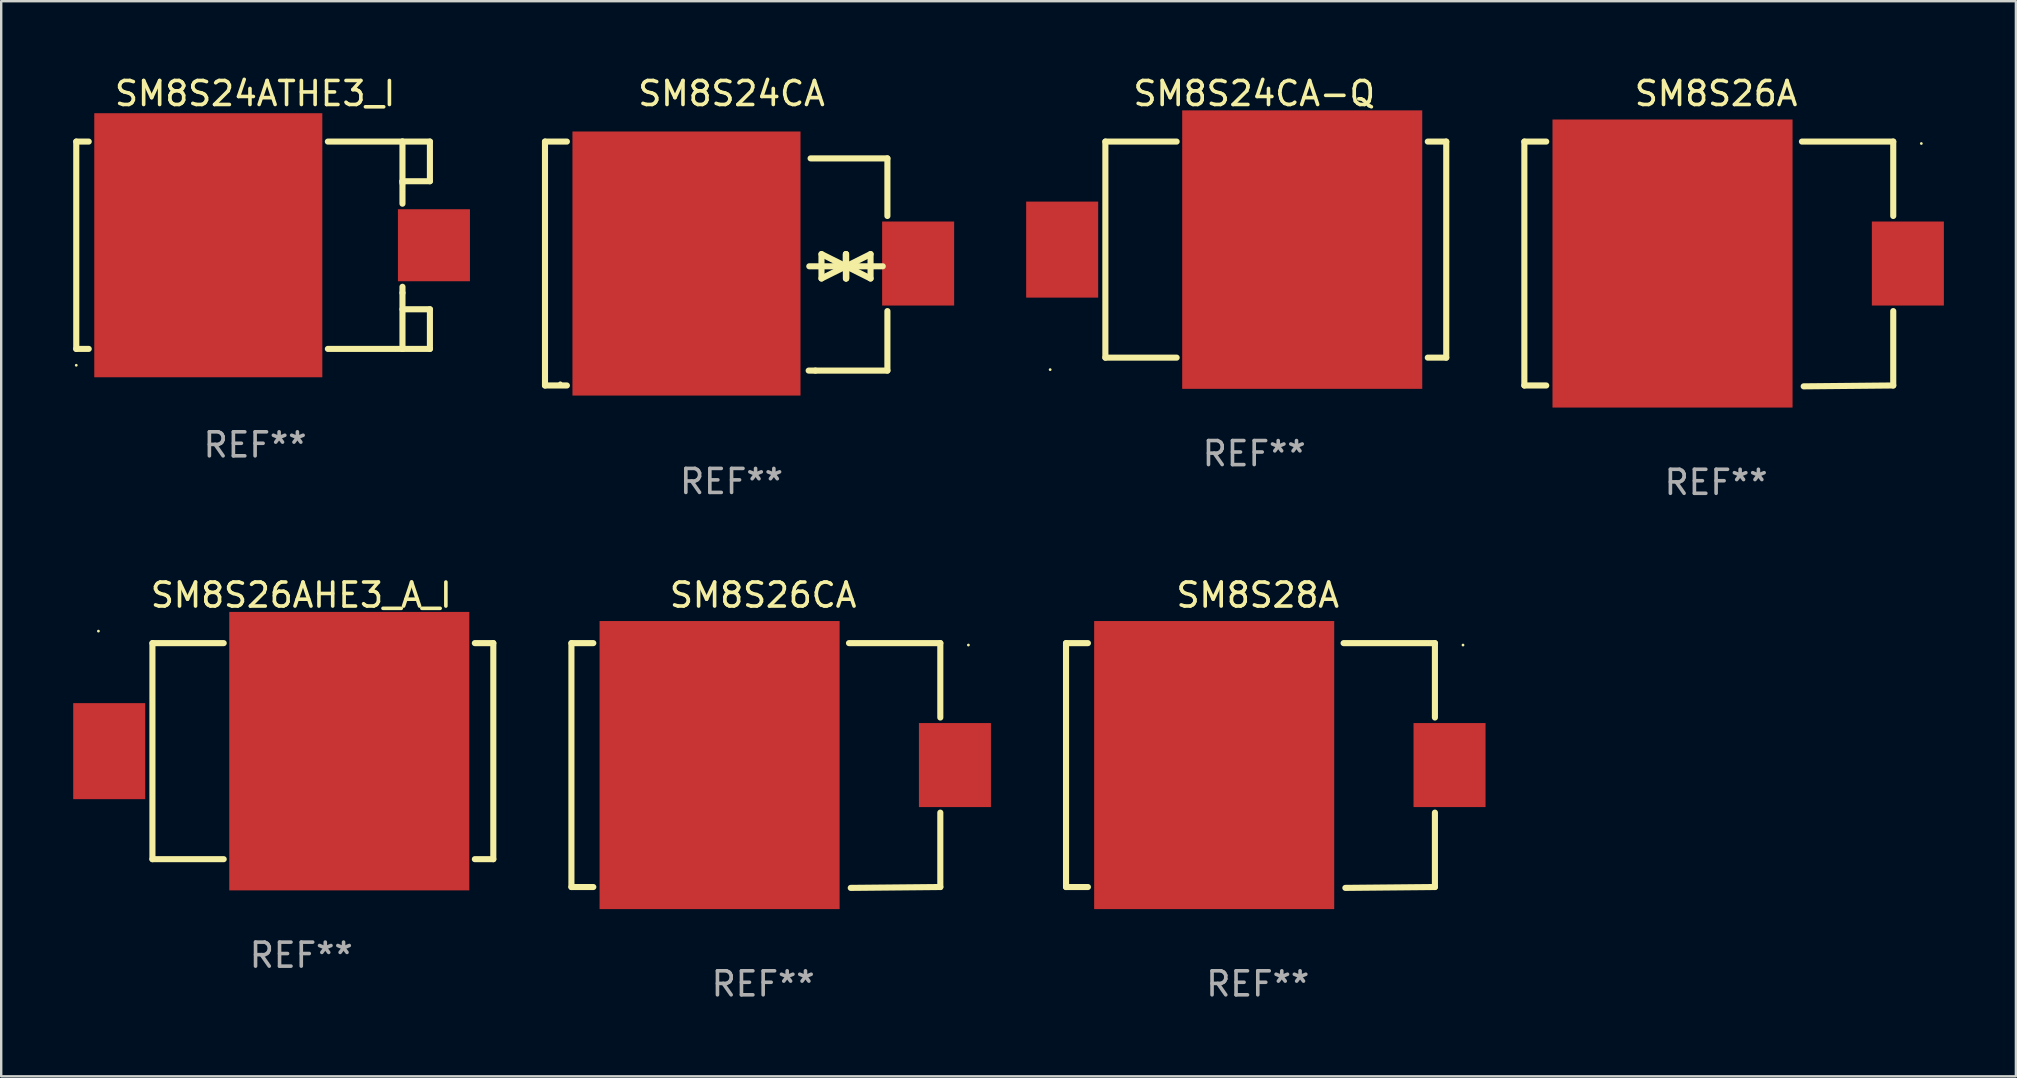
<source format=kicad_pcb>
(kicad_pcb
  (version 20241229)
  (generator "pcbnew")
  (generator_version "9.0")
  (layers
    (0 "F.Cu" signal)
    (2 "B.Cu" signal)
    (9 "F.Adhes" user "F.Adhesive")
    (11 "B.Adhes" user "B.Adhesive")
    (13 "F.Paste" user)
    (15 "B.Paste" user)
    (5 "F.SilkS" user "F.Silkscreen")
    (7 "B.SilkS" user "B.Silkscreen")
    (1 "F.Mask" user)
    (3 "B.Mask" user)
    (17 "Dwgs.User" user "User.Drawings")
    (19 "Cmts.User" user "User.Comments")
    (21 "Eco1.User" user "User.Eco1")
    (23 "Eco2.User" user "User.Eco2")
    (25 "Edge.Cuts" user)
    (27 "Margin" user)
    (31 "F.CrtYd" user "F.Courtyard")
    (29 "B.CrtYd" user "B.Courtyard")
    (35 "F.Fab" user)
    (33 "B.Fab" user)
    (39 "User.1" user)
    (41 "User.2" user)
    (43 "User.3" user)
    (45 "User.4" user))
  (footprint "SM8S24ATHE3_I"
    (layer "F.Cu")
    (at 7.577 7.166)
    (property "Reference" "SM8S24ATHE3_I" (at 0 -6.318 0) (layer "F.SilkS") (effects (font (size 1 1) (thickness 0.15))))
    (attr through_hole)
    (fp_line (start -7.45 -4.318) (end -7.45 4.318) (stroke (width 0.254) (type solid)) (layer "F.SilkS"))
    (fp_line (start -7.45 4.318) (end -6.931 4.318) (stroke (width 0.254) (type solid)) (layer "F.SilkS"))
    (fp_line (start -6.931 -4.318) (end -7.45 -4.318) (stroke (width 0.254) (type solid)) (layer "F.SilkS"))
    (fp_line (start 3.031 4.318) (end 6.139 4.318) (stroke (width 0.254) (type solid)) (layer "F.SilkS"))
    (fp_line (start 6.139 -4.318) (end 3.031 -4.318) (stroke (width 0.254) (type solid)) (layer "F.SilkS"))
    (fp_line (start 6.139 -4.318) (end 7.282 -4.318) (stroke (width 0.254) (type solid)) (layer "F.SilkS"))
    (fp_line (start 6.139 -2.667) (end 6.139 -2.586) (stroke (width 0.254) (type solid)) (layer "F.SilkS"))
    (fp_line (start 6.139 -1.731) (end 6.139 -4.318) (stroke (width 0.254) (type solid)) (layer "F.SilkS"))
    (fp_line (start 6.139 1.985) (end 6.139 1.731) (stroke (width 0.254) (type solid)) (layer "F.SilkS"))
    (fp_line (start 6.139 2.667) (end 7.282 2.667) (stroke (width 0.254) (type solid)) (layer "F.SilkS"))
    (fp_line (start 6.139 4.318) (end 6.139 1.985) (stroke (width 0.254) (type solid)) (layer "F.SilkS"))
    (fp_line (start 7.282 -4.318) (end 7.282 -2.667) (stroke (width 0.254) (type solid)) (layer "F.SilkS"))
    (fp_line (start 7.282 -2.667) (end 6.139 -2.667) (stroke (width 0.254) (type solid)) (layer "F.SilkS"))
    (fp_line (start 7.282 2.667) (end 7.282 4.318) (stroke (width 0.254) (type solid)) (layer "F.SilkS"))
    (fp_line (start 7.282 4.318) (end 6.139 4.318) (stroke (width 0.254) (type solid)) (layer "F.SilkS"))
    (fp_circle (center -7.45 5) (end -7.42 5) (stroke (width 0.06) (type solid)) (fill no) (layer "F.SilkS"))
    (fp_text user "REF**" (at 0 8.318 0) (layer "F.Fab") (effects (font (size 1 1) (thickness 0.15))))
    (pad "1" smd rect (at -1.95 0) (size 9.5 11) (layers "F.Cu" "F.Mask" "F.Paste"))
    (pad "2" smd rect (at 7.45 0) (size 3 3) (layers "F.Cu" "F.Mask" "F.Paste")))
  (footprint "SM8S26A"
    (layer "F.Cu")
    (at 68.439 7.946)
    (property "Reference" "SM8S26A" (at 0 -7.098 0) (layer "F.SilkS") (effects (font (size 1 1) (thickness 0.15))))
    (attr through_hole)
    (fp_line (start -7.988 -5.098) (end -7.076 -5.098) (stroke (width 0.254) (type solid)) (layer "F.SilkS"))
    (fp_line (start -7.988 5.062) (end -7.988 -5.098) (stroke (width 0.254) (type solid)) (layer "F.SilkS"))
    (fp_line (start -7.076 5.062) (end -7.988 5.062) (stroke (width 0.254) (type solid)) (layer "F.SilkS"))
    (fp_line (start 3.575 -5.098) (end 7.379 -5.098) (stroke (width 0.254) (type solid)) (layer "F.SilkS"))
    (fp_line (start 7.379 -5.098) (end 7.379 -1.999) (stroke (width 0.254) (type solid)) (layer "F.SilkS"))
    (fp_line (start 7.379 1.963) (end 7.379 5.062) (stroke (width 0.254) (type solid)) (layer "F.SilkS"))
    (fp_line (start 7.379 5.062) (end 3.648 5.098) (stroke (width 0.254) (type solid)) (layer "F.SilkS"))
    (fp_circle (center 8.549 -5.018) (end 8.579 -5.018) (stroke (width 0.06) (type solid)) (fill no) (layer "F.SilkS"))
    (fp_text user "REF**" (at 0 9.098 0) (layer "F.Fab") (effects (font (size 1 1) (thickness 0.15))))
    (pad "1" smd rect (at 7.988 -0.018 90) (size 3.5 3) (layers "F.Cu" "F.Mask" "F.Paste"))
    (pad "2" smd rect (at -1.816 -0.018 90) (size 12 10) (layers "F.Cu" "F.Mask" "F.Paste")))
  (footprint "SM8S24CA"
    (layer "F.Cu")
    (at 27.425 7.928)
    (property "Reference" "SM8S24CA" (at 0 -7.08 0) (layer "F.SilkS") (effects (font (size 1 1) (thickness 0.15))))
    (attr through_hole)
    (fp_line (start -7.772 -5.08) (end -6.86 -5.08) (stroke (width 0.254) (type solid)) (layer "F.SilkS"))
    (fp_line (start -7.772 5.08) (end -7.772 -5.08) (stroke (width 0.254) (type solid)) (layer "F.SilkS"))
    (fp_line (start -7.772 5.08) (end -6.86 5.08) (stroke (width 0.254) (type solid)) (layer "F.SilkS"))
    (fp_line (start 3.238 0.115) (end 5.27 0.115) (stroke (width 0.254) (type solid)) (layer "F.SilkS"))
    (fp_line (start 3.292 -4.38) (end 6.492 -4.38) (stroke (width 0.254) (type solid)) (layer "F.SilkS"))
    (fp_line (start 3.492 4.46) (end 3.212 4.46) (stroke (width 0.254) (type solid)) (layer "F.SilkS"))
    (fp_line (start 3.746 -0.393) (end 3.746 0.623) (stroke (width 0.254) (type solid)) (layer "F.SilkS"))
    (fp_line (start 3.746 0.623) (end 4.762 0.115) (stroke (width 0.254) (type solid)) (layer "F.SilkS"))
    (fp_line (start 4.762 -0.393) (end 4.762 0.623) (stroke (width 0.254) (type solid)) (layer "F.SilkS"))
    (fp_line (start 4.762 0.115) (end 3.746 -0.393) (stroke (width 0.254) (type solid)) (layer "F.SilkS"))
    (fp_line (start 4.762 0.115) (end 4.762 -0.393) (stroke (width 0.254) (type solid)) (layer "F.SilkS"))
    (fp_line (start 4.774 0.115) (end 4.774 0.623) (stroke (width 0.254) (type solid)) (layer "F.SilkS"))
    (fp_line (start 4.774 0.115) (end 5.79 0.623) (stroke (width 0.254) (type solid)) (layer "F.SilkS"))
    (fp_line (start 4.774 0.623) (end 4.774 -0.393) (stroke (width 0.254) (type solid)) (layer "F.SilkS"))
    (fp_line (start 5.79 -0.393) (end 4.774 0.115) (stroke (width 0.254) (type solid)) (layer "F.SilkS"))
    (fp_line (start 5.79 0.623) (end 5.79 -0.393) (stroke (width 0.254) (type solid)) (layer "F.SilkS"))
    (fp_line (start 6.298 0.115) (end 4.266 0.115) (stroke (width 0.254) (type solid)) (layer "F.SilkS"))
    (fp_line (start 6.492 -4.38) (end 6.492 -1.981) (stroke (width 0.254) (type solid)) (layer "F.SilkS"))
    (fp_line (start 6.492 1.981) (end 6.492 4.46) (stroke (width 0.254) (type solid)) (layer "F.SilkS"))
    (fp_line (start 6.492 4.46) (end 3.492 4.46) (stroke (width 0.254) (type solid)) (layer "F.SilkS"))
    (fp_circle (center -7.133 5) (end -7.104 5) (stroke (width 0.06) (type solid)) (fill no) (layer "F.SilkS"))
    (fp_text user "REF**" (at 0 9.08 0) (layer "F.Fab") (effects (font (size 1 1) (thickness 0.15))))
    (pad "1" smd rect (at -1.878 0 90) (size 11 9.5) (layers "F.Cu" "F.Mask" "F.Paste"))
    (pad "2" smd rect (at 7.772 0 90) (size 3.5 3) (layers "F.Cu" "F.Mask" "F.Paste")))
  (footprint "SM8S26AHE3_A_I"
    (layer "F.Cu")
    (at 9.5 28.241)
    (property "Reference" "SM8S26AHE3_A_I" (at 0 -6.5 0) (layer "F.SilkS") (effects (font (size 1 1) (thickness 0.15))))
    (attr through_hole)
    (fp_line (start -6.2 -4.5) (end -6.2 4.5) (stroke (width 0.254) (type solid)) (layer "F.SilkS"))
    (fp_line (start -6.2 -4.5) (end -3.231 -4.5) (stroke (width 0.254) (type solid)) (layer "F.SilkS"))
    (fp_line (start -6.2 4.5) (end -3.231 4.5) (stroke (width 0.254) (type solid)) (layer "F.SilkS"))
    (fp_line (start 7.231 -4.5) (end 8 -4.5) (stroke (width 0.254) (type solid)) (layer "F.SilkS"))
    (fp_line (start 7.231 4.5) (end 8 4.5) (stroke (width 0.254) (type solid)) (layer "F.SilkS"))
    (fp_line (start 8 -4.5) (end 8 4.5) (stroke (width 0.254) (type solid)) (layer "F.SilkS"))
    (fp_circle (center -8.45 -5) (end -8.42 -5) (stroke (width 0.06) (type solid)) (fill no) (layer "F.SilkS"))
    (fp_text user "REF**" (at 0 8.5 0) (layer "F.Fab") (effects (font (size 1 1) (thickness 0.15))))
    (pad "1" smd rect (at -8 -0.000076 180) (size 3 4) (layers "F.Cu" "F.Mask" "F.Paste"))
    (pad "2" smd rect (at 2 -0.000076 180) (size 10 11.6) (layers "F.Cu" "F.Mask" "F.Paste")))
  (footprint "SM8S26CA"
    (layer "F.Cu")
    (at 28.742 28.839)
    (property "Reference" "SM8S26CA" (at 0 -7.098 0) (layer "F.SilkS") (effects (font (size 1 1) (thickness 0.15))))
    (attr through_hole)
    (fp_line (start -7.988 -5.098) (end -7.076 -5.098) (stroke (width 0.254) (type solid)) (layer "F.SilkS"))
    (fp_line (start -7.988 5.062) (end -7.988 -5.098) (stroke (width 0.254) (type solid)) (layer "F.SilkS"))
    (fp_line (start -7.076 5.062) (end -7.988 5.062) (stroke (width 0.254) (type solid)) (layer "F.SilkS"))
    (fp_line (start 3.575 -5.098) (end 7.379 -5.098) (stroke (width 0.254) (type solid)) (layer "F.SilkS"))
    (fp_line (start 7.379 -5.098) (end 7.379 -1.999) (stroke (width 0.254) (type solid)) (layer "F.SilkS"))
    (fp_line (start 7.379 1.963) (end 7.379 5.062) (stroke (width 0.254) (type solid)) (layer "F.SilkS"))
    (fp_line (start 7.379 5.062) (end 3.648 5.098) (stroke (width 0.254) (type solid)) (layer "F.SilkS"))
    (fp_circle (center 8.549 -5.018) (end 8.579 -5.018) (stroke (width 0.06) (type solid)) (fill no) (layer "F.SilkS"))
    (fp_text user "REF**" (at 0 9.098 0) (layer "F.Fab") (effects (font (size 1 1) (thickness 0.15))))
    (pad "1" smd rect (at 7.988 -0.018 90) (size 3.5 3) (layers "F.Cu" "F.Mask" "F.Paste"))
    (pad "2" smd rect (at -1.816 -0.018 90) (size 12 10) (layers "F.Cu" "F.Mask" "F.Paste")))
  (footprint "SM8S24CA-Q"
    (layer "F.Cu")
    (at 49.197 7.348)
    (property "Reference" "SM8S24CA-Q" (at 0 -6.5 0) (layer "F.SilkS") (effects (font (size 1 1) (thickness 0.15))))
    (attr through_hole)
    (fp_line (start -6.2 -4.5) (end -6.2 4.5) (stroke (width 0.254) (type solid)) (layer "F.SilkS"))
    (fp_line (start -6.2 -4.5) (end -3.231 -4.5) (stroke (width 0.254) (type solid)) (layer "F.SilkS"))
    (fp_line (start -6.2 4.5) (end -3.231 4.5) (stroke (width 0.254) (type solid)) (layer "F.SilkS"))
    (fp_line (start 7.231 -4.5) (end 8 -4.5) (stroke (width 0.254) (type solid)) (layer "F.SilkS"))
    (fp_line (start 7.231 4.5) (end 8 4.5) (stroke (width 0.254) (type solid)) (layer "F.SilkS"))
    (fp_line (start 8 -4.5) (end 8 4.5) (stroke (width 0.254) (type solid)) (layer "F.SilkS"))
    (fp_circle (center -8.5 5) (end -8.47 5) (stroke (width 0.06) (type solid)) (fill no) (layer "F.SilkS"))
    (fp_text user "REF**" (at 0 8.5 0) (layer "F.Fab") (effects (font (size 1 1) (thickness 0.15))))
    (pad "1" smd rect (at -8 0 180) (size 3 4) (layers "F.Cu" "F.Mask" "F.Paste"))
    (pad "2" smd rect (at 2 0 180) (size 10 11.6) (layers "F.Cu" "F.Mask" "F.Paste")))
  (footprint "SM8S28A"
    (layer "F.Cu")
    (at 49.346 28.839)
    (property "Reference" "SM8S28A" (at 0 -7.098 0) (layer "F.SilkS") (effects (font (size 1 1) (thickness 0.15))))
    (attr through_hole)
    (fp_line (start -7.988 -5.098) (end -7.076 -5.098) (stroke (width 0.254) (type solid)) (layer "F.SilkS"))
    (fp_line (start -7.988 5.062) (end -7.988 -5.098) (stroke (width 0.254) (type solid)) (layer "F.SilkS"))
    (fp_line (start -7.076 5.062) (end -7.988 5.062) (stroke (width 0.254) (type solid)) (layer "F.SilkS"))
    (fp_line (start 3.575 -5.098) (end 7.379 -5.098) (stroke (width 0.254) (type solid)) (layer "F.SilkS"))
    (fp_line (start 7.379 -5.098) (end 7.379 -1.999) (stroke (width 0.254) (type solid)) (layer "F.SilkS"))
    (fp_line (start 7.379 1.963) (end 7.379 5.062) (stroke (width 0.254) (type solid)) (layer "F.SilkS"))
    (fp_line (start 7.379 5.062) (end 3.648 5.098) (stroke (width 0.254) (type solid)) (layer "F.SilkS"))
    (fp_circle (center 8.549 -5.018) (end 8.579 -5.018) (stroke (width 0.06) (type solid)) (fill no) (layer "F.SilkS"))
    (fp_text user "REF**" (at 0 9.098 0) (layer "F.Fab") (effects (font (size 1 1) (thickness 0.15))))
    (pad "1" smd rect (at 7.988 -0.018 90) (size 3.5 3) (layers "F.Cu" "F.Mask" "F.Paste"))
    (pad "2" smd rect (at -1.816 -0.018 90) (size 12 10) (layers "F.Cu" "F.Mask" "F.Paste")))
  (gr_rect
    (start -3 -3)
    (end 80.927 41.786)
    (stroke (width 0.1) (type default))
    (fill no)
    (layer "Edge.Cuts")))
</source>
